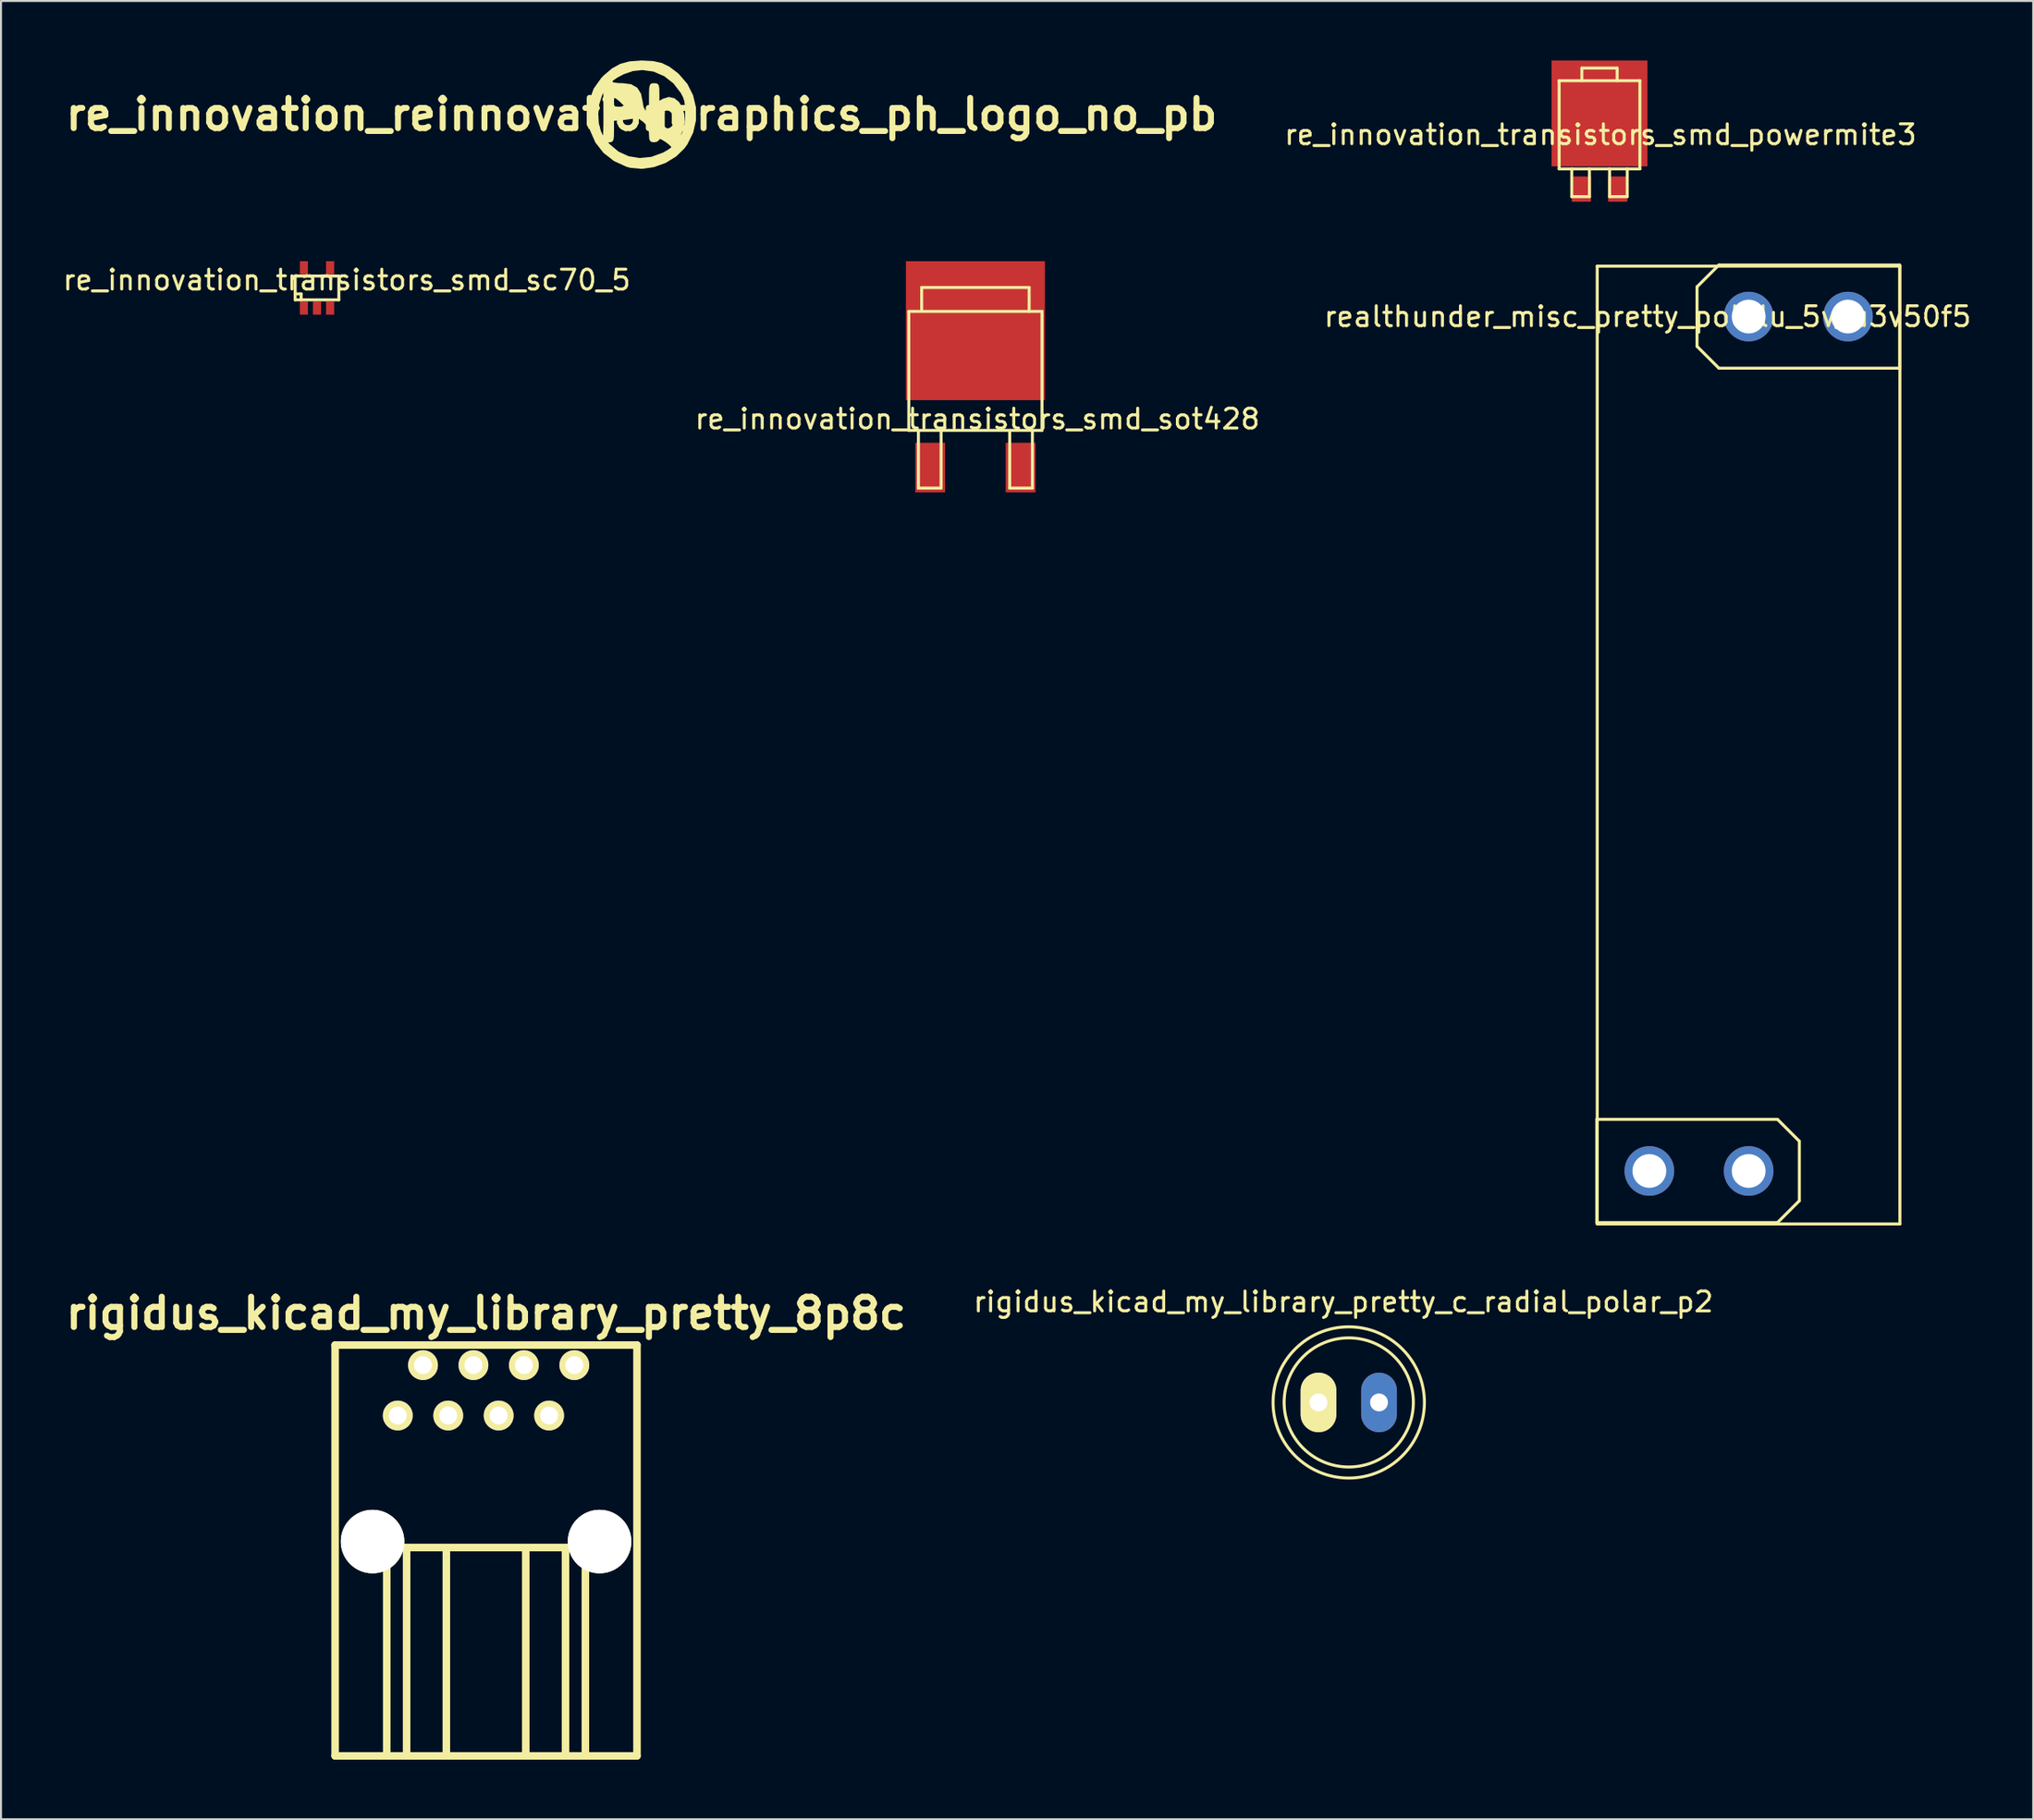
<source format=kicad_pcb>
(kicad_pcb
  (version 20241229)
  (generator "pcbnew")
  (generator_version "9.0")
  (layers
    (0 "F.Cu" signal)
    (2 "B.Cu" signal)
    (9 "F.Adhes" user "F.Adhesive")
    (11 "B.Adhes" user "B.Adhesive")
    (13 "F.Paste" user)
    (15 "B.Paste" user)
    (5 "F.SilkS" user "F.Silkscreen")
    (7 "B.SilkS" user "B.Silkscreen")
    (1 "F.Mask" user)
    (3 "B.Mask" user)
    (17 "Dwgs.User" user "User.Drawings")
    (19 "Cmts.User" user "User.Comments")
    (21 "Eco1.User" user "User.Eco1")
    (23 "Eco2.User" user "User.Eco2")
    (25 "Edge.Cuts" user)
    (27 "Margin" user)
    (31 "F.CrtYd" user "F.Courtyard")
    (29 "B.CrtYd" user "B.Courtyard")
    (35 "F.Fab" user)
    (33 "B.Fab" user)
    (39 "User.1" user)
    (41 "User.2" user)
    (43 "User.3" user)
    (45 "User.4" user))
  (footprint "re_innovation_reinnovationgraphics_ph_logo_no_pb"
    (layer "F.Cu")
    (at 29.254 2.716)
    (property "Reference" "re_innovation_reinnovationgraphics_ph_logo_no_pb" (at 0 0 0) (layer "F.SilkS") (effects (font (size 1.524 1.524) (thickness 0.3))))
    (attr through_hole)
    (fp_poly (pts (xy 2.691 0.284) (xy 2.551 0.899) (xy 2.266 1.477) (xy 2.244 1.507) (xy 2.244 -0.042) (xy 2.235 -0.412) (xy 2.202 -0.675) (xy 2.13 -0.892) (xy 2.011 -1.116) (xy 1.637 -1.601) (xy 1.166 -1.969) (xy 0.627 -2.204) (xy 0.051 -2.286) (xy 0.048 -2.286) (xy -0.443 -2.235) (xy -0.923 -2.069) (xy -1.245 -1.899) (xy -1.467 -1.747) (xy -1.534 -1.637) (xy -1.441 -1.567) (xy -1.186 -1.531) (xy -0.957 -1.525) (xy -0.544 -1.474) (xy -0.256 -1.313) (xy -0.078 -1.03) (xy -0.003 -0.676) (xy 0.049 -0.372) (xy 0.141 -0.186) (xy 0.233 -0.105) (xy 0.423 0.021) (xy 0.423 -0.752) (xy 0.425 -1.115) (xy 0.436 -1.342) (xy 0.465 -1.464) (xy 0.52 -1.514) (xy 0.612 -1.524) (xy 0.635 -1.524) (xy 0.757 -1.512) (xy 0.82 -1.447) (xy 0.843 -1.289) (xy 0.847 -1.062) (xy 0.847 -0.601) (xy 1.094 -0.742) (xy 1.374 -0.828) (xy 1.628 -0.771) (xy 1.842 -0.597) (xy 2.005 -0.332) (xy 2.101 -0.003) (xy 2.119 0.365) (xy 2.044 0.746) (xy 1.956 0.956) (xy 1.872 1.148) (xy 1.85 1.259) (xy 1.862 1.27) (xy 1.937 1.201) (xy 2.046 1.029) (xy 2.086 0.953) (xy 2.183 0.681) (xy 2.232 0.329) (xy 2.244 -0.042) (xy 2.244 1.507) (xy 2.122 1.676) (xy 1.701 2.087) (xy 1.684 2.097) (xy 1.684 0.167) (xy 1.594 -0.06) (xy 1.427 -0.216) (xy 1.27 -0.254) (xy 1.055 -0.179) (xy 0.895 0.003) (xy 0.847 0.191) (xy 0.904 0.376) (xy 1.041 0.573) (xy 1.207 0.721) (xy 1.321 0.762) (xy 1.462 0.707) (xy 1.56 0.629) (xy 1.678 0.415) (xy 1.684 0.167) (xy 1.684 2.097) (xy 1.56 2.172) (xy 1.56 1.648) (xy 1.492 1.556) (xy 1.327 1.415) (xy 1.222 1.339) (xy 1.011 1.21) (xy 0.9 1.183) (xy 0.862 1.233) (xy 0.767 1.326) (xy 0.629 1.355) (xy 0.501 1.337) (xy 0.441 1.255) (xy 0.424 1.062) (xy 0.423 0.982) (xy 0.404 0.729) (xy 0.32 0.547) (xy 0.134 0.357) (xy 0.118 0.342) (xy -0.136 0.16) (xy -0.313 0.128) (xy -0.327 0.133) (xy -0.423 0.158) (xy -0.423 -0.709) (xy -0.481 -0.78) (xy -0.572 -0.857) (xy -0.672 -0.931) (xy -0.651 -0.887) (xy -0.603 -0.826) (xy -0.48 -0.694) (xy -0.425 -0.694) (xy -0.423 -0.709) (xy -0.423 0.158) (xy -0.485 0.173) (xy -0.732 0.21) (xy -0.732 -0.339) (xy -0.938 -0.558) (xy -1.121 -0.732) (xy -1.284 -0.854) (xy -1.291 -0.857) (xy -1.39 -0.888) (xy -1.432 -0.813) (xy -1.439 -0.638) (xy -1.43 -0.449) (xy -1.37 -0.363) (xy -1.212 -0.34) (xy -1.086 -0.339) (xy -0.732 -0.339) (xy -0.732 0.21) (xy -0.746 0.212) (xy -0.953 0.234) (xy -1.439 0.274) (xy -1.439 0.815) (xy -1.444 1.108) (xy -1.467 1.27) (xy -1.522 1.34) (xy -1.621 1.355) (xy -1.622 1.355) (xy -1.745 1.363) (xy -1.744 1.415) (xy -1.643 1.533) (xy -1.189 1.916) (xy -0.665 2.155) (xy -0.094 2.247) (xy 0.5 2.188) (xy 1.091 1.973) (xy 1.101 1.968) (xy 1.344 1.831) (xy 1.51 1.713) (xy 1.56 1.648) (xy 1.56 2.172) (xy 1.184 2.401) (xy 0.608 2.607) (xy 0.016 2.692) (xy -0.554 2.642) (xy -0.735 2.593) (xy -1.365 2.305) (xy -1.869 1.911) (xy -1.869 0.146) (xy -1.87 -0.064) (xy -1.877 -1.312) (xy -2.054 -0.931) (xy -2.18 -0.519) (xy -2.23 -0.035) (xy -2.203 0.449) (xy -2.096 0.859) (xy -2.093 0.868) (xy -1.997 1.066) (xy -1.924 1.177) (xy -1.909 1.185) (xy -1.893 1.106) (xy -1.881 0.886) (xy -1.872 0.556) (xy -1.869 0.146) (xy -1.869 1.911) (xy -1.885 1.898) (xy -2.282 1.39) (xy -2.544 0.797) (xy -2.658 0.135) (xy -2.662 0) (xy -2.592 -0.673) (xy -2.369 -1.273) (xy -1.993 -1.804) (xy -1.866 -1.934) (xy -1.46 -2.278) (xy -1.055 -2.502) (xy -0.599 -2.624) (xy -0.042 -2.665) (xy 0.042 -2.666) (xy 0.573 -2.639) (xy 0.996 -2.546) (xy 1.371 -2.365) (xy 1.753 -2.077) (xy 1.851 -1.991) (xy 2.267 -1.506) (xy 2.547 -0.947) (xy 2.689 -0.341) (xy 2.691 0.284)) (stroke (width 0.1) (type solid)) (fill yes) (layer "F.SilkS")))
  (footprint "realthunder_misc_pretty_pololu_5v_u3v50f5"
    (layer "F.Cu")
    (at 77.371 10.362)
    (property "Reference" "realthunder_misc_pretty_pololu_5v_u3v50f5" (at 2.54 2.54 0) (layer "F.SilkS") (effects (font (size 1 1) (thickness 0.15))))
    (attr through_hole)
    (fp_line (start -0.023 48.19) (end -0.023 42.99) (stroke (width 0.15) (type solid)) (layer "F.SilkS"))
    (fp_line (start 0 0) (end 15.24 0) (stroke (width 0.15) (type solid)) (layer "F.SilkS"))
    (fp_line (start 0 48.26) (end 0 0) (stroke (width 0.15) (type solid)) (layer "F.SilkS"))
    (fp_line (start 5.025 1.04) (end 5.025 4.04) (stroke (width 0.15) (type solid)) (layer "F.SilkS"))
    (fp_line (start 5.025 4.04) (end 6.125 5.14) (stroke (width 0.15) (type solid)) (layer "F.SilkS"))
    (fp_line (start 6.125 -0.06) (end 5.025 1.04) (stroke (width 0.15) (type solid)) (layer "F.SilkS"))
    (fp_line (start 6.125 -0.06) (end 15.225 -0.06) (stroke (width 0.15) (type solid)) (layer "F.SilkS"))
    (fp_line (start 6.125 5.14) (end 15.225 5.14) (stroke (width 0.15) (type solid)) (layer "F.SilkS"))
    (fp_line (start 9.077 42.99) (end -0.023 42.99) (stroke (width 0.15) (type solid)) (layer "F.SilkS"))
    (fp_line (start 9.077 48.19) (end -0.023 48.19) (stroke (width 0.15) (type solid)) (layer "F.SilkS"))
    (fp_line (start 9.077 48.19) (end 10.177 47.09) (stroke (width 0.15) (type solid)) (layer "F.SilkS"))
    (fp_line (start 10.177 44.09) (end 9.077 42.99) (stroke (width 0.15) (type solid)) (layer "F.SilkS"))
    (fp_line (start 10.177 47.09) (end 10.177 44.09) (stroke (width 0.15) (type solid)) (layer "F.SilkS"))
    (fp_line (start 15.225 -0.06) (end 15.225 5.14) (stroke (width 0.15) (type solid)) (layer "F.SilkS"))
    (fp_line (start 15.24 0) (end 15.24 48.26) (stroke (width 0.15) (type solid)) (layer "F.SilkS"))
    (fp_line (start 15.24 48.26) (end 0 48.26) (stroke (width 0.15) (type solid)) (layer "F.SilkS"))
    (pad "1" thru_hole circle (at 7.625 2.54) (size 2.5 2.5) (drill 1.7) (layers "*.Cu" "*.Mask"))
    (pad "1" thru_hole circle (at 7.625 45.59 180) (size 2.5 2.5) (drill 1.7) (layers "*.Cu" "*.Mask"))
    (pad "2" thru_hole circle (at 2.625 45.59 180) (size 2.5 2.5) (drill 1.7) (layers "*.Cu" "*.Mask"))
    (pad "2" thru_hole circle (at 12.625 2.54) (size 2.5 2.5) (drill 1.7) (layers "*.Cu" "*.Mask")))
  (footprint "re_innovation_transistors_smd_powermite3"
    (layer "F.Cu")
    (at 77.486 4.572)
    (property "Reference" "re_innovation_transistors_smd_powermite3" (at 0.051 -0.838 0) (layer "F.SilkS") (effects (font (size 1 1) (thickness 0.15))))
    (attr smd)
    (fp_line (start -2.032 -3.556) (end -2.032 0.889) (stroke (width 0.15) (type solid)) (layer "F.SilkS"))
    (fp_line (start -2.032 0.889) (end 2.032 0.889) (stroke (width 0.15) (type solid)) (layer "F.SilkS"))
    (fp_line (start -1.397 2.286) (end -1.397 0.889) (stroke (width 0.15) (type solid)) (layer "F.SilkS"))
    (fp_line (start -1.397 2.286) (end -0.508 2.286) (stroke (width 0.15) (type solid)) (layer "F.SilkS"))
    (fp_line (start -0.889 -4.191) (end 0.889 -4.191) (stroke (width 0.15) (type solid)) (layer "F.SilkS"))
    (fp_line (start -0.889 -3.556) (end -0.889 -4.191) (stroke (width 0.15) (type solid)) (layer "F.SilkS"))
    (fp_line (start -0.508 2.286) (end -0.508 0.889) (stroke (width 0.15) (type solid)) (layer "F.SilkS"))
    (fp_line (start 0.508 2.286) (end 0.508 0.889) (stroke (width 0.15) (type solid)) (layer "F.SilkS"))
    (fp_line (start 0.508 2.286) (end 1.397 2.286) (stroke (width 0.15) (type solid)) (layer "F.SilkS"))
    (fp_line (start 0.889 -4.191) (end 0.889 -3.556) (stroke (width 0.15) (type solid)) (layer "F.SilkS"))
    (fp_line (start 1.397 2.286) (end 1.397 0.889) (stroke (width 0.15) (type solid)) (layer "F.SilkS"))
    (fp_line (start 2.032 -3.556) (end -2.032 -3.556) (stroke (width 0.15) (type solid)) (layer "F.SilkS"))
    (fp_line (start 2.032 0.889) (end 2.032 -3.556) (stroke (width 0.15) (type solid)) (layer "F.SilkS"))
    (pad "1" smd rect (at -0.914 1.905) (size 0.965 1.27) (layers "F.Cu" "F.Mask" "F.Paste"))
    (pad "2" smd rect (at 0 -1.905) (size 4.826 5.334) (layers "F.Cu" "F.Mask" "F.Paste"))
    (pad "3" smd rect (at 0.914 1.905) (size 0.965 1.27) (layers "F.Cu" "F.Mask" "F.Paste")))
  (footprint "rigidus_kicad_my_library_pretty_8p8c"
    (layer "F.Cu")
    (at 21.423 74.625)
    (property "Reference" "rigidus_kicad_my_library_pretty_8p8c" (at 0 -11.501 0) (layer "F.SilkS") (effects (font (size 1.524 1.524) (thickness 0.305))))
    (attr through_hole)
    (fp_line (start -7.6 -9.901) (end 7.6 -9.901) (stroke (width 0.381) (type solid)) (layer "F.SilkS"))
    (fp_line (start -7.6 10.8) (end -7.6 -9.901) (stroke (width 0.381) (type solid)) (layer "F.SilkS"))
    (fp_line (start -7.6 10.8) (end 7.6 10.8) (stroke (width 0.381) (type solid)) (layer "F.SilkS"))
    (fp_line (start -5.001 0.3) (end -5.001 10.8) (stroke (width 0.381) (type solid)) (layer "F.SilkS"))
    (fp_line (start -5.001 0.3) (end 5.001 0.3) (stroke (width 0.381) (type solid)) (layer "F.SilkS"))
    (fp_line (start -4 10.8) (end -4 0.3) (stroke (width 0.381) (type solid)) (layer "F.SilkS"))
    (fp_line (start -1.999 10.8) (end -1.999 0.3) (stroke (width 0.381) (type solid)) (layer "F.SilkS"))
    (fp_line (start 1.999 10.8) (end 1.999 0.3) (stroke (width 0.381) (type solid)) (layer "F.SilkS"))
    (fp_line (start 4 0.3) (end 4 10.8) (stroke (width 0.381) (type solid)) (layer "F.SilkS"))
    (fp_line (start 5.001 0.3) (end 5.001 10.8) (stroke (width 0.381) (type solid)) (layer "F.SilkS"))
    (fp_line (start 7.6 -9.901) (end 7.6 10.8) (stroke (width 0.381) (type solid)) (layer "F.SilkS"))
    (pad "" np_thru_hole circle (at -5.715 0) (size 3.2 3.2) (drill 3.2) (layers "*.Cu" "*.Mask" "F.SilkS"))
    (pad "" np_thru_hole circle (at 5.715 0) (size 3.2 3.2) (drill 3.2) (layers "*.Cu" "*.Mask" "F.SilkS"))
    (pad "1" thru_hole circle (at -4.445 -6.35) (size 1.501 1.501) (drill 0.899) (layers "*.Cu" "*.Mask" "F.SilkS"))
    (pad "2" thru_hole circle (at -3.175 -8.89) (size 1.501 1.501) (drill 0.899) (layers "*.Cu" "*.Mask" "F.SilkS"))
    (pad "3" thru_hole circle (at -1.905 -6.35) (size 1.501 1.501) (drill 0.899) (layers "*.Cu" "*.Mask" "F.SilkS"))
    (pad "4" thru_hole circle (at -0.635 -8.89) (size 1.501 1.501) (drill 0.899) (layers "*.Cu" "*.Mask" "F.SilkS"))
    (pad "5" thru_hole circle (at 0.635 -6.35) (size 1.501 1.501) (drill 0.899) (layers "*.Cu" "*.Mask" "F.SilkS"))
    (pad "6" thru_hole circle (at 1.905 -8.89) (size 1.501 1.501) (drill 0.899) (layers "*.Cu" "*.Mask" "F.SilkS"))
    (pad "7" thru_hole circle (at 3.175 -6.35) (size 1.501 1.501) (drill 0.899) (layers "*.Cu" "*.Mask" "F.SilkS"))
    (pad "8" thru_hole circle (at 4.445 -8.89) (size 1.501 1.501) (drill 0.899) (layers "*.Cu" "*.Mask" "F.SilkS")))
  (footprint "re_innovation_transistors_smd_sot428"
    (layer "F.Cu")
    (at 46.062 17.061)
    (property "Reference" "re_innovation_transistors_smd_sot428" (at 0.099 1.001 0) (layer "F.SilkS") (effects (font (size 1 1) (thickness 0.15))))
    (attr smd)
    (fp_line (start -3.353 -4.42) (end -3.353 1.575) (stroke (width 0.15) (type solid)) (layer "F.SilkS"))
    (fp_line (start -2.87 1.575) (end -2.87 4.483) (stroke (width 0.15) (type solid)) (layer "F.SilkS"))
    (fp_line (start -2.87 4.483) (end -1.727 4.483) (stroke (width 0.15) (type solid)) (layer "F.SilkS"))
    (fp_line (start -2.705 -5.626) (end 2.705 -5.626) (stroke (width 0.15) (type solid)) (layer "F.SilkS"))
    (fp_line (start -2.705 -4.432) (end -2.705 -5.626) (stroke (width 0.15) (type solid)) (layer "F.SilkS"))
    (fp_line (start -1.727 4.483) (end -1.727 1.575) (stroke (width 0.15) (type solid)) (layer "F.SilkS"))
    (fp_line (start 1.727 1.575) (end 1.727 4.483) (stroke (width 0.15) (type solid)) (layer "F.SilkS"))
    (fp_line (start 1.727 4.483) (end 2.87 4.483) (stroke (width 0.15) (type solid)) (layer "F.SilkS"))
    (fp_line (start 2.705 -5.626) (end 2.705 -4.42) (stroke (width 0.15) (type solid)) (layer "F.SilkS"))
    (fp_line (start 2.87 4.483) (end 2.87 1.575) (stroke (width 0.15) (type solid)) (layer "F.SilkS"))
    (fp_line (start 3.353 -4.42) (end -3.353 -4.42) (stroke (width 0.15) (type solid)) (layer "F.SilkS"))
    (fp_line (start 3.353 1.575) (end -3.353 1.575) (stroke (width 0.15) (type solid)) (layer "F.SilkS"))
    (fp_line (start 3.353 1.575) (end 3.353 -4.42) (stroke (width 0.15) (type solid)) (layer "F.SilkS"))
    (pad "1" smd rect (at -2.276 3.449) (size 1.501 2.499) (layers "F.Cu" "F.Mask" "F.Paste"))
    (pad "2" smd rect (at 0 -3.449) (size 7 7) (layers "F.Cu" "F.Mask" "F.Paste"))
    (pad "3" smd rect (at 2.276 3.449) (size 1.501 2.499) (layers "F.Cu" "F.Mask" "F.Paste")))
  (footprint "rigidus_kicad_my_library_pretty_c_radial_polar_p2"
    (layer "F.Cu")
    (at 64.86 67.615)
    (property "Reference" "rigidus_kicad_my_library_pretty_c_radial_polar_p2" (at -0.27 -5.07 0) (layer "F.SilkS") (effects (font (size 1 1) (thickness 0.15))))
    (attr through_hole)
    (fp_circle (center 0 0) (end 2.54 2.032) (stroke (width 0.15) (type solid)) (fill no) (layer "F.SilkS"))
    (fp_circle (center 0 0) (end 3.81 0) (stroke (width 0.15) (type solid)) (fill no) (layer "F.SilkS"))
    (pad "1" thru_hole oval (at -1.524 0) (size 1.8 3) (drill 0.9) (layers "*.Cu" "*.Mask" "F.SilkS"))
    (pad "2" thru_hole oval (at 1.524 0) (size 1.8 3) (drill 0.9) (layers "*.Cu" "*.Mask")))
  (footprint "re_innovation_transistors_smd_sc70_5"
    (layer "F.Cu")
    (at 12.911 11.458)
    (property "Reference" "re_innovation_transistors_smd_sc70_5" (at 1.5 -0.4 0) (layer "F.SilkS") (effects (font (size 1 1) (thickness 0.15))))
    (attr smd)
    (fp_line (start -1.1 -0.6) (end -1.1 0.6) (stroke (width 0.15) (type solid)) (layer "F.SilkS"))
    (fp_line (start -1.1 0.3) (end -0.8 0.3) (stroke (width 0.15) (type solid)) (layer "F.SilkS"))
    (fp_line (start -1.1 0.6) (end 1.1 0.6) (stroke (width 0.15) (type solid)) (layer "F.SilkS"))
    (fp_line (start -0.8 0.3) (end -0.8 0.6) (stroke (width 0.15) (type solid)) (layer "F.SilkS"))
    (fp_line (start 1.1 -0.6) (end -1.1 -0.6) (stroke (width 0.15) (type solid)) (layer "F.SilkS"))
    (fp_line (start 1.1 0.6) (end 1.1 -0.6) (stroke (width 0.15) (type solid)) (layer "F.SilkS"))
    (pad "1" smd rect (at -0.66 1.016) (size 0.406 0.66) (layers "F.Cu" "F.Mask" "F.Paste"))
    (pad "2" smd rect (at 0 1.016) (size 0.406 0.66) (layers "F.Cu" "F.Mask" "F.Paste"))
    (pad "3" smd rect (at 0.66 1.016) (size 0.406 0.66) (layers "F.Cu" "F.Mask" "F.Paste"))
    (pad "4" smd rect (at 0.66 -1.016) (size 0.406 0.66) (layers "F.Cu" "F.Mask" "F.Paste"))
    (pad "5" smd rect (at -0.66 -1.016) (size 0.406 0.66) (layers "F.Cu" "F.Mask" "F.Paste")))
  (gr_rect
    (start -3 -3)
    (end 99.321 88.615)
    (stroke (width 0.1) (type default))
    (fill no)
    (layer "Edge.Cuts")))
</source>
